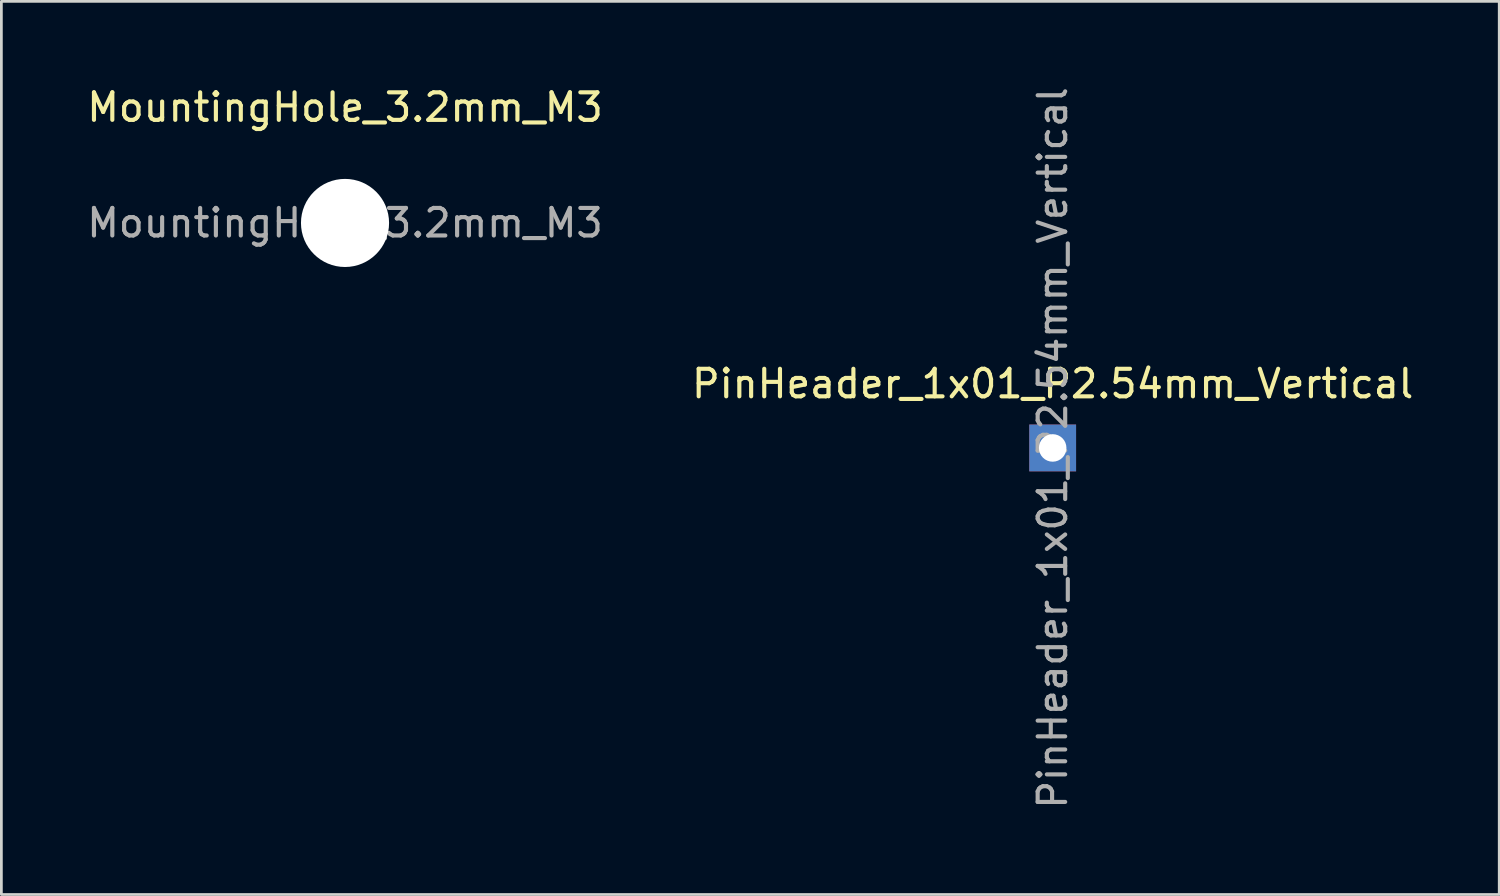
<source format=kicad_pcb>
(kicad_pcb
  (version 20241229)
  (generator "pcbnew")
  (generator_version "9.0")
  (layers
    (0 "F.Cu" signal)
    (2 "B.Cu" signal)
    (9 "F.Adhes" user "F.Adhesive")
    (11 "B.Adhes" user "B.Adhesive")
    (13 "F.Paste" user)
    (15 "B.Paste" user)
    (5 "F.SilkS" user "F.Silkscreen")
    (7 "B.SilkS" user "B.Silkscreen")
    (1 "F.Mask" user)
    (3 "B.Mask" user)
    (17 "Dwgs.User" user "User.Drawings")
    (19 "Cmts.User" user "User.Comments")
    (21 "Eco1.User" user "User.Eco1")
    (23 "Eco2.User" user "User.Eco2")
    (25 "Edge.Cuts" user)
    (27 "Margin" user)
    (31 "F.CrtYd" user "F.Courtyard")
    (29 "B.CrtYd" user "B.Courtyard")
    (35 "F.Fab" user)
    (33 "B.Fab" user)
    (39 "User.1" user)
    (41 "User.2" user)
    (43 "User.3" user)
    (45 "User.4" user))
  (footprint "PinHeader_1x01_P2.54mm_Vertical"
    (layer "F.Cu")
    (at 35.185 13.22)
    (property "Reference" "PinHeader_1x01_P2.54mm_Vertical" (at 0 -2.33 0) (layer "F.SilkS") (effects (font (size 1 1) (thickness 0.15))))
    (attr through_hole)
    (fp_text user "${REFERENCE}" (at 0 0 90) (layer "F.Fab") (effects (font (size 1 1) (thickness 0.15))))
    (pad "1" thru_hole rect (at 0 0) (size 1.7 1.7) (drill 1) (layers "*.Cu" "*.Mask")))
  (footprint "MountingHole_3.2mm_M3"
    (layer "F.Cu")
    (at 9.482 5.048)
    (property "Reference" "MountingHole_3.2mm_M3" (at 0 -4.2 0) (layer "F.SilkS") (effects (font (size 1 1) (thickness 0.15))))
    (attr exclude_from_pos_files exclude_from_bom)
    (fp_text user "${REFERENCE}" (at 0 0 0) (layer "F.Fab") (effects (font (size 1 1) (thickness 0.15))))
    (pad "" np_thru_hole circle (at 0 0) (size 3.2 3.2) (drill 3.2) (layers "*.Cu" "*.Mask")))
  (gr_rect
    (start -3 -3)
    (end 51.405 29.44)
    (stroke (width 0.1) (type default))
    (fill no)
    (layer "Edge.Cuts")))
</source>
